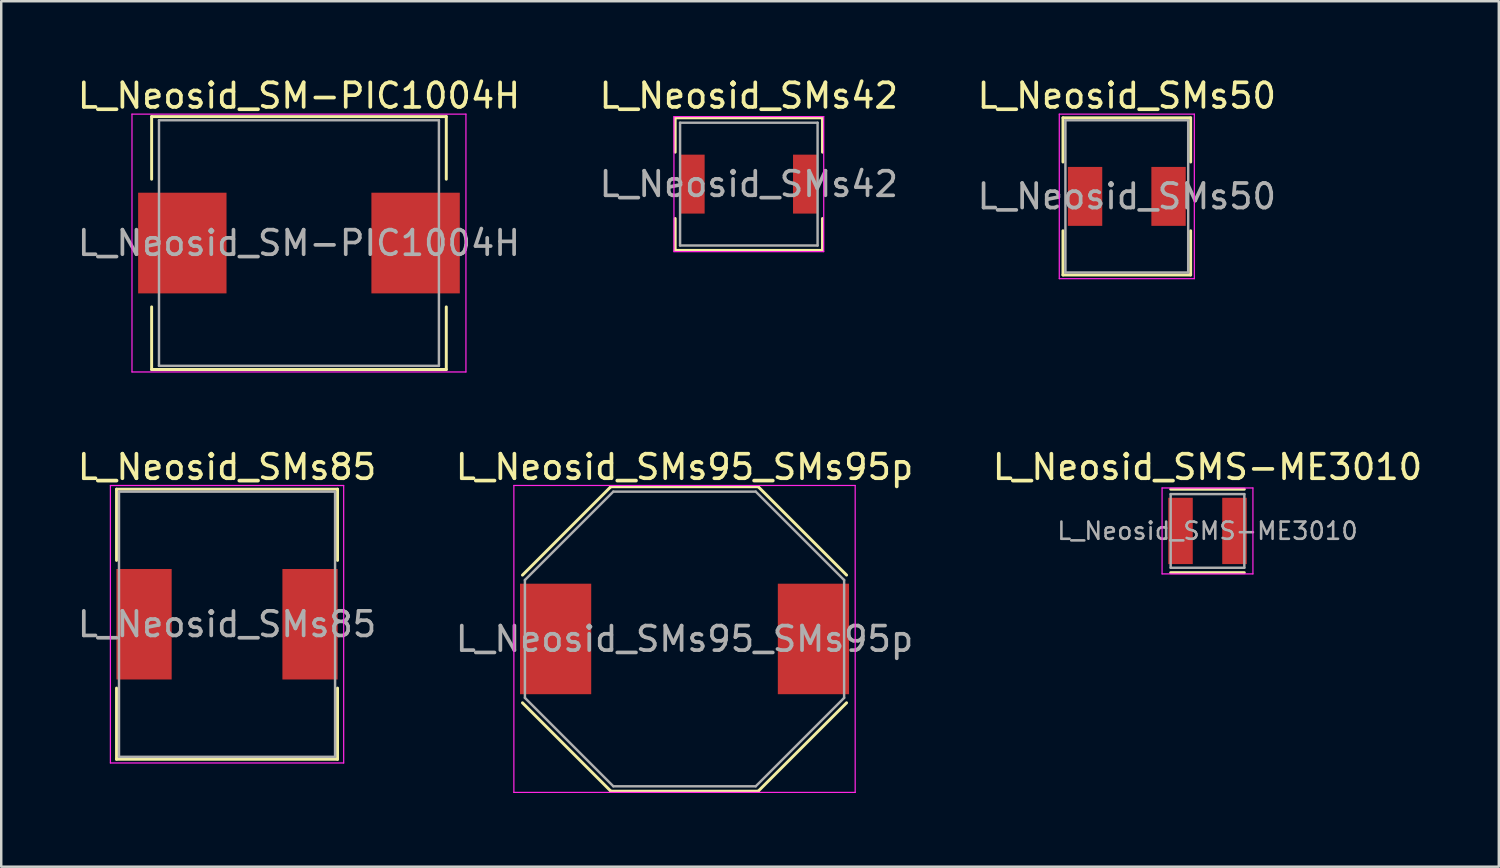
<source format=kicad_pcb>
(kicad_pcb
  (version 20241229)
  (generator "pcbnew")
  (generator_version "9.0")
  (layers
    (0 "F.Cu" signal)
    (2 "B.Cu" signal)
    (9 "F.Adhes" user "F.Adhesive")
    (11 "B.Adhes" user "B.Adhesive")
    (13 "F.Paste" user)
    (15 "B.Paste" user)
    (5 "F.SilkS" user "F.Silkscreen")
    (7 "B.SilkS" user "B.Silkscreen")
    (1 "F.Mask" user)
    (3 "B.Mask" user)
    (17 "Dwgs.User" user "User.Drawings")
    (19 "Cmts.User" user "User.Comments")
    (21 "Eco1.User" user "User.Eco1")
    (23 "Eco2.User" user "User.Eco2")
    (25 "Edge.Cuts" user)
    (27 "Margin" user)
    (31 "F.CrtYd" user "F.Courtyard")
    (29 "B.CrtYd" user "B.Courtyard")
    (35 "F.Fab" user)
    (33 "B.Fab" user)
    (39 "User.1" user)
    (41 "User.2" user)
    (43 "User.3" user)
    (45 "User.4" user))
  (footprint "L_Neosid_SM-PIC1004H"
    (layer "F.Cu")
    (at 9.125 6.848)
    (property "Reference" "L_Neosid_SM-PIC1004H" (at 0 -6 0) (layer "F.SilkS") (effects (font (size 1 1) (thickness 0.15))))
    (attr smd)
    (fp_line (start -6 -5.15) (end -6 -2.6) (stroke (width 0.12) (type solid)) (layer "F.SilkS"))
    (fp_line (start -6 2.6) (end -6 5.15) (stroke (width 0.12) (type solid)) (layer "F.SilkS"))
    (fp_line (start -6 5.15) (end 6 5.15) (stroke (width 0.12) (type solid)) (layer "F.SilkS"))
    (fp_line (start 6 -5.15) (end -6 -5.15) (stroke (width 0.12) (type solid)) (layer "F.SilkS"))
    (fp_line (start 6 -2.6) (end 6 -5.15) (stroke (width 0.12) (type solid)) (layer "F.SilkS"))
    (fp_line (start 6 5.15) (end 6 2.6) (stroke (width 0.12) (type solid)) (layer "F.SilkS"))
    (fp_line (start -6.8 -5.25) (end -6.8 5.25) (stroke (width 0.05) (type solid)) (layer "F.CrtYd"))
    (fp_line (start -6.8 -5.25) (end 6.8 -5.25) (stroke (width 0.05) (type solid)) (layer "F.CrtYd"))
    (fp_line (start 6.8 5.25) (end -6.8 5.25) (stroke (width 0.05) (type solid)) (layer "F.CrtYd"))
    (fp_line (start 6.8 5.25) (end 6.8 -5.25) (stroke (width 0.05) (type solid)) (layer "F.CrtYd"))
    (fp_line (start -5.7 -5) (end 5.7 -5) (stroke (width 0.1) (type solid)) (layer "F.Fab"))
    (fp_line (start -5.7 5) (end -5.7 -5) (stroke (width 0.1) (type solid)) (layer "F.Fab"))
    (fp_line (start 5.7 -5) (end 5.7 5) (stroke (width 0.1) (type solid)) (layer "F.Fab"))
    (fp_line (start 5.7 5) (end -5.7 5) (stroke (width 0.1) (type solid)) (layer "F.Fab"))
    (fp_text user "${REFERENCE}" (at 0 0 0) (layer "F.Fab") (effects (font (size 1 1) (thickness 0.15))))
    (pad "1" smd rect (at -4.75 0) (size 3.6 4.1) (layers "F.Cu" "F.Mask" "F.Paste"))
    (pad "2" smd rect (at 4.75 0) (size 3.6 4.1) (layers "F.Cu" "F.Mask" "F.Paste")))
  (footprint "L_Neosid_SMS-ME3010"
    (layer "F.Cu")
    (at 46.125 18.572)
    (property "Reference" "L_Neosid_SMS-ME3010" (at 0 -2.6 0) (layer "F.SilkS") (effects (font (size 1 1) (thickness 0.15))))
    (attr smd)
    (fp_line (start 1.5 -1.7) (end -1.5 -1.7) (stroke (width 0.12) (type solid)) (layer "F.SilkS"))
    (fp_line (start 1.5 1.7) (end -1.5 1.7) (stroke (width 0.12) (type solid)) (layer "F.SilkS"))
    (fp_line (start -1.85 -1.75) (end -1.85 1.75) (stroke (width 0.05) (type solid)) (layer "F.CrtYd"))
    (fp_line (start -1.85 -1.75) (end 1.85 -1.75) (stroke (width 0.05) (type solid)) (layer "F.CrtYd"))
    (fp_line (start 1.85 1.75) (end -1.85 1.75) (stroke (width 0.05) (type solid)) (layer "F.CrtYd"))
    (fp_line (start 1.85 1.75) (end 1.85 -1.75) (stroke (width 0.05) (type solid)) (layer "F.CrtYd"))
    (fp_line (start -1.5 -1.5) (end -1.5 1.5) (stroke (width 0.1) (type solid)) (layer "F.Fab"))
    (fp_line (start -1.5 1.5) (end 1.5 1.5) (stroke (width 0.1) (type solid)) (layer "F.Fab"))
    (fp_line (start 1.5 -1.5) (end -1.5 -1.5) (stroke (width 0.1) (type solid)) (layer "F.Fab"))
    (fp_line (start 1.5 1.5) (end 1.5 -1.5) (stroke (width 0.1) (type solid)) (layer "F.Fab"))
    (fp_text user "${REFERENCE}" (at 0 0 0) (layer "F.Fab") (effects (font (size 0.7 0.7) (thickness 0.105))))
    (pad "1" smd rect (at -1.1 0) (size 1 2.7) (layers "F.Cu" "F.Mask" "F.Paste"))
    (pad "2" smd rect (at 1.1 0) (size 1 2.7) (layers "F.Cu" "F.Mask" "F.Paste")))
  (footprint "L_Neosid_SMs95_SMs95p"
    (layer "F.Cu")
    (at 24.827 22.971)
    (property "Reference" "L_Neosid_SMs95_SMs95p" (at 0 -7 0) (layer "F.SilkS") (effects (font (size 1 1) (thickness 0.15))))
    (attr smd)
    (fp_line (start -6.6 -2.6) (end -3 -6.2) (stroke (width 0.12) (type solid)) (layer "F.SilkS"))
    (fp_line (start -3 -6.2) (end 3 -6.2) (stroke (width 0.12) (type solid)) (layer "F.SilkS"))
    (fp_line (start -3 6.2) (end -6.6 2.6) (stroke (width 0.12) (type solid)) (layer "F.SilkS"))
    (fp_line (start 3 -6.2) (end 6.6 -2.6) (stroke (width 0.12) (type solid)) (layer "F.SilkS"))
    (fp_line (start 3 6.2) (end -3 6.2) (stroke (width 0.12) (type solid)) (layer "F.SilkS"))
    (fp_line (start 6.6 2.6) (end 3 6.2) (stroke (width 0.12) (type solid)) (layer "F.SilkS"))
    (fp_line (start -6.95 -6.25) (end -6.95 6.25) (stroke (width 0.05) (type solid)) (layer "F.CrtYd"))
    (fp_line (start -6.95 -6.25) (end 6.95 -6.25) (stroke (width 0.05) (type solid)) (layer "F.CrtYd"))
    (fp_line (start 6.95 6.25) (end -6.95 6.25) (stroke (width 0.05) (type solid)) (layer "F.CrtYd"))
    (fp_line (start 6.95 6.25) (end 6.95 -6.25) (stroke (width 0.05) (type solid)) (layer "F.CrtYd"))
    (fp_line (start -6.5 -2.4) (end -6.5 2.4) (stroke (width 0.1) (type solid)) (layer "F.Fab"))
    (fp_line (start -6.5 -2.4) (end -2.9 -6) (stroke (width 0.1) (type solid)) (layer "F.Fab"))
    (fp_line (start -6.5 2.4) (end -2.9 6) (stroke (width 0.1) (type solid)) (layer "F.Fab"))
    (fp_line (start -2.9 6) (end 2.9 6) (stroke (width 0.1) (type solid)) (layer "F.Fab"))
    (fp_line (start 2.9 -6) (end -2.9 -6) (stroke (width 0.1) (type solid)) (layer "F.Fab"))
    (fp_line (start 2.9 6) (end 6.5 2.4) (stroke (width 0.1) (type solid)) (layer "F.Fab"))
    (fp_line (start 6.5 -2.4) (end 2.9 -6) (stroke (width 0.1) (type solid)) (layer "F.Fab"))
    (fp_line (start 6.5 2.4) (end 6.5 -2.4) (stroke (width 0.1) (type solid)) (layer "F.Fab"))
    (fp_text user "${REFERENCE}" (at 0 0 0) (layer "F.Fab") (effects (font (size 1 1) (thickness 0.15))))
    (pad "1" smd rect (at -5.25 0) (size 2.9 4.5) (layers "F.Cu" "F.Mask" "F.Paste"))
    (pad "2" smd rect (at 5.25 0) (size 2.9 4.5) (layers "F.Cu" "F.Mask" "F.Paste")))
  (footprint "L_Neosid_SMs42"
    (layer "F.Cu")
    (at 27.446 4.448)
    (property "Reference" "L_Neosid_SMs42" (at 0 -3.6 0) (layer "F.SilkS") (effects (font (size 1 1) (thickness 0.15))))
    (attr smd)
    (fp_line (start -3 -2.7) (end 3 -2.7) (stroke (width 0.12) (type solid)) (layer "F.SilkS"))
    (fp_line (start -3 -1.3) (end -3 -2.7) (stroke (width 0.12) (type solid)) (layer "F.SilkS"))
    (fp_line (start -3 2.7) (end -3 1.4) (stroke (width 0.12) (type solid)) (layer "F.SilkS"))
    (fp_line (start 3 -2.7) (end 3 -1.3) (stroke (width 0.12) (type solid)) (layer "F.SilkS"))
    (fp_line (start 3 1.4) (end 3 2.7) (stroke (width 0.12) (type solid)) (layer "F.SilkS"))
    (fp_line (start 3 2.7) (end -3 2.7) (stroke (width 0.12) (type solid)) (layer "F.SilkS"))
    (fp_line (start -3.05 -2.75) (end -3.05 2.75) (stroke (width 0.05) (type solid)) (layer "F.CrtYd"))
    (fp_line (start -3.05 -2.75) (end 3.05 -2.75) (stroke (width 0.05) (type solid)) (layer "F.CrtYd"))
    (fp_line (start 3.05 2.75) (end -3.05 2.75) (stroke (width 0.05) (type solid)) (layer "F.CrtYd"))
    (fp_line (start 3.05 2.75) (end 3.05 -2.75) (stroke (width 0.05) (type solid)) (layer "F.CrtYd"))
    (fp_line (start -2.8 -2.5) (end 2.8 -2.5) (stroke (width 0.1) (type solid)) (layer "F.Fab"))
    (fp_line (start -2.8 2.5) (end -2.8 -2.5) (stroke (width 0.1) (type solid)) (layer "F.Fab"))
    (fp_line (start 2.8 -2.5) (end 2.8 2.5) (stroke (width 0.1) (type solid)) (layer "F.Fab"))
    (fp_line (start 2.8 2.5) (end -2.8 2.5) (stroke (width 0.1) (type solid)) (layer "F.Fab"))
    (fp_text user "${REFERENCE}" (at 0 0 0) (layer "F.Fab") (effects (font (size 1 1) (thickness 0.15))))
    (pad "1" smd rect (at -2.3 0) (size 1 2.4) (layers "F.Cu" "F.Mask" "F.Paste"))
    (pad "2" smd rect (at 2.3 0) (size 1 2.4) (layers "F.Cu" "F.Mask" "F.Paste")))
  (footprint "L_Neosid_SMs50"
    (layer "F.Cu")
    (at 42.839 4.948)
    (property "Reference" "L_Neosid_SMs50" (at 0 -4.1 0) (layer "F.SilkS") (effects (font (size 1 1) (thickness 0.15))))
    (attr smd)
    (fp_line (start -2.6 -3.2) (end 2.6 -3.2) (stroke (width 0.12) (type solid)) (layer "F.SilkS"))
    (fp_line (start -2.6 -1.4) (end -2.6 -3.2) (stroke (width 0.12) (type solid)) (layer "F.SilkS"))
    (fp_line (start -2.6 3.2) (end -2.6 1.4) (stroke (width 0.12) (type solid)) (layer "F.SilkS"))
    (fp_line (start 2.6 -3.2) (end 2.6 -1.4) (stroke (width 0.12) (type solid)) (layer "F.SilkS"))
    (fp_line (start 2.6 1.4) (end 2.6 3.2) (stroke (width 0.12) (type solid)) (layer "F.SilkS"))
    (fp_line (start 2.6 3.2) (end -2.6 3.2) (stroke (width 0.12) (type solid)) (layer "F.SilkS"))
    (fp_line (start -2.75 -3.35) (end -2.75 3.35) (stroke (width 0.05) (type solid)) (layer "F.CrtYd"))
    (fp_line (start -2.75 -3.35) (end 2.75 -3.35) (stroke (width 0.05) (type solid)) (layer "F.CrtYd"))
    (fp_line (start 2.75 3.35) (end -2.75 3.35) (stroke (width 0.05) (type solid)) (layer "F.CrtYd"))
    (fp_line (start 2.75 3.35) (end 2.75 -3.35) (stroke (width 0.05) (type solid)) (layer "F.CrtYd"))
    (fp_line (start -2.5 -3.1) (end 2.5 -3.1) (stroke (width 0.1) (type solid)) (layer "F.Fab"))
    (fp_line (start -2.5 3.1) (end -2.5 -3.1) (stroke (width 0.1) (type solid)) (layer "F.Fab"))
    (fp_line (start 2.5 -3.1) (end 2.5 3.1) (stroke (width 0.1) (type solid)) (layer "F.Fab"))
    (fp_line (start 2.5 3.1) (end -2.5 3.1) (stroke (width 0.1) (type solid)) (layer "F.Fab"))
    (fp_text user "${REFERENCE}" (at 0 0 0) (layer "F.Fab") (effects (font (size 1 1) (thickness 0.15))))
    (pad "1" smd rect (at -1.7 0) (size 1.4 2.4) (layers "F.Cu" "F.Mask" "F.Paste"))
    (pad "2" smd rect (at 1.7 0) (size 1.4 2.4) (layers "F.Cu" "F.Mask" "F.Paste")))
  (footprint "L_Neosid_SMs85"
    (layer "F.Cu")
    (at 6.196 22.372)
    (property "Reference" "L_Neosid_SMs85" (at 0 -6.4 0) (layer "F.SilkS") (effects (font (size 1 1) (thickness 0.15))))
    (attr smd)
    (fp_line (start -4.5 -5.5) (end 4.5 -5.5) (stroke (width 0.12) (type solid)) (layer "F.SilkS"))
    (fp_line (start -4.5 -2.6) (end -4.5 -5.5) (stroke (width 0.12) (type solid)) (layer "F.SilkS"))
    (fp_line (start -4.5 5.5) (end -4.5 2.6) (stroke (width 0.12) (type solid)) (layer "F.SilkS"))
    (fp_line (start 4.5 -5.5) (end 4.5 -2.6) (stroke (width 0.12) (type solid)) (layer "F.SilkS"))
    (fp_line (start 4.5 2.6) (end 4.5 5.5) (stroke (width 0.12) (type solid)) (layer "F.SilkS"))
    (fp_line (start 4.5 5.5) (end -4.5 5.5) (stroke (width 0.12) (type solid)) (layer "F.SilkS"))
    (fp_line (start -4.75 -5.65) (end -4.75 5.65) (stroke (width 0.05) (type solid)) (layer "F.CrtYd"))
    (fp_line (start -4.75 -5.65) (end 4.75 -5.65) (stroke (width 0.05) (type solid)) (layer "F.CrtYd"))
    (fp_line (start 4.75 5.65) (end -4.75 5.65) (stroke (width 0.05) (type solid)) (layer "F.CrtYd"))
    (fp_line (start 4.75 5.65) (end 4.75 -5.65) (stroke (width 0.05) (type solid)) (layer "F.CrtYd"))
    (fp_line (start -4.4 -5.4) (end 4.4 -5.4) (stroke (width 0.1) (type solid)) (layer "F.Fab"))
    (fp_line (start -4.4 5.4) (end -4.4 -5.4) (stroke (width 0.1) (type solid)) (layer "F.Fab"))
    (fp_line (start 4.4 -5.4) (end 4.4 5.4) (stroke (width 0.1) (type solid)) (layer "F.Fab"))
    (fp_line (start 4.4 5.4) (end -4.4 5.4) (stroke (width 0.1) (type solid)) (layer "F.Fab"))
    (fp_text user "${REFERENCE}" (at 0 0 0) (layer "F.Fab") (effects (font (size 1 1) (thickness 0.15))))
    (pad "1" smd rect (at -3.38 0) (size 2.25 4.5) (layers "F.Cu" "F.Mask" "F.Paste"))
    (pad "2" smd rect (at 3.38 0) (size 2.25 4.5) (layers "F.Cu" "F.Mask" "F.Paste")))
  (gr_rect
    (start -3 -3)
    (end 57.988 32.246)
    (stroke (width 0.1) (type default))
    (fill no)
    (layer "Edge.Cuts")))
</source>
